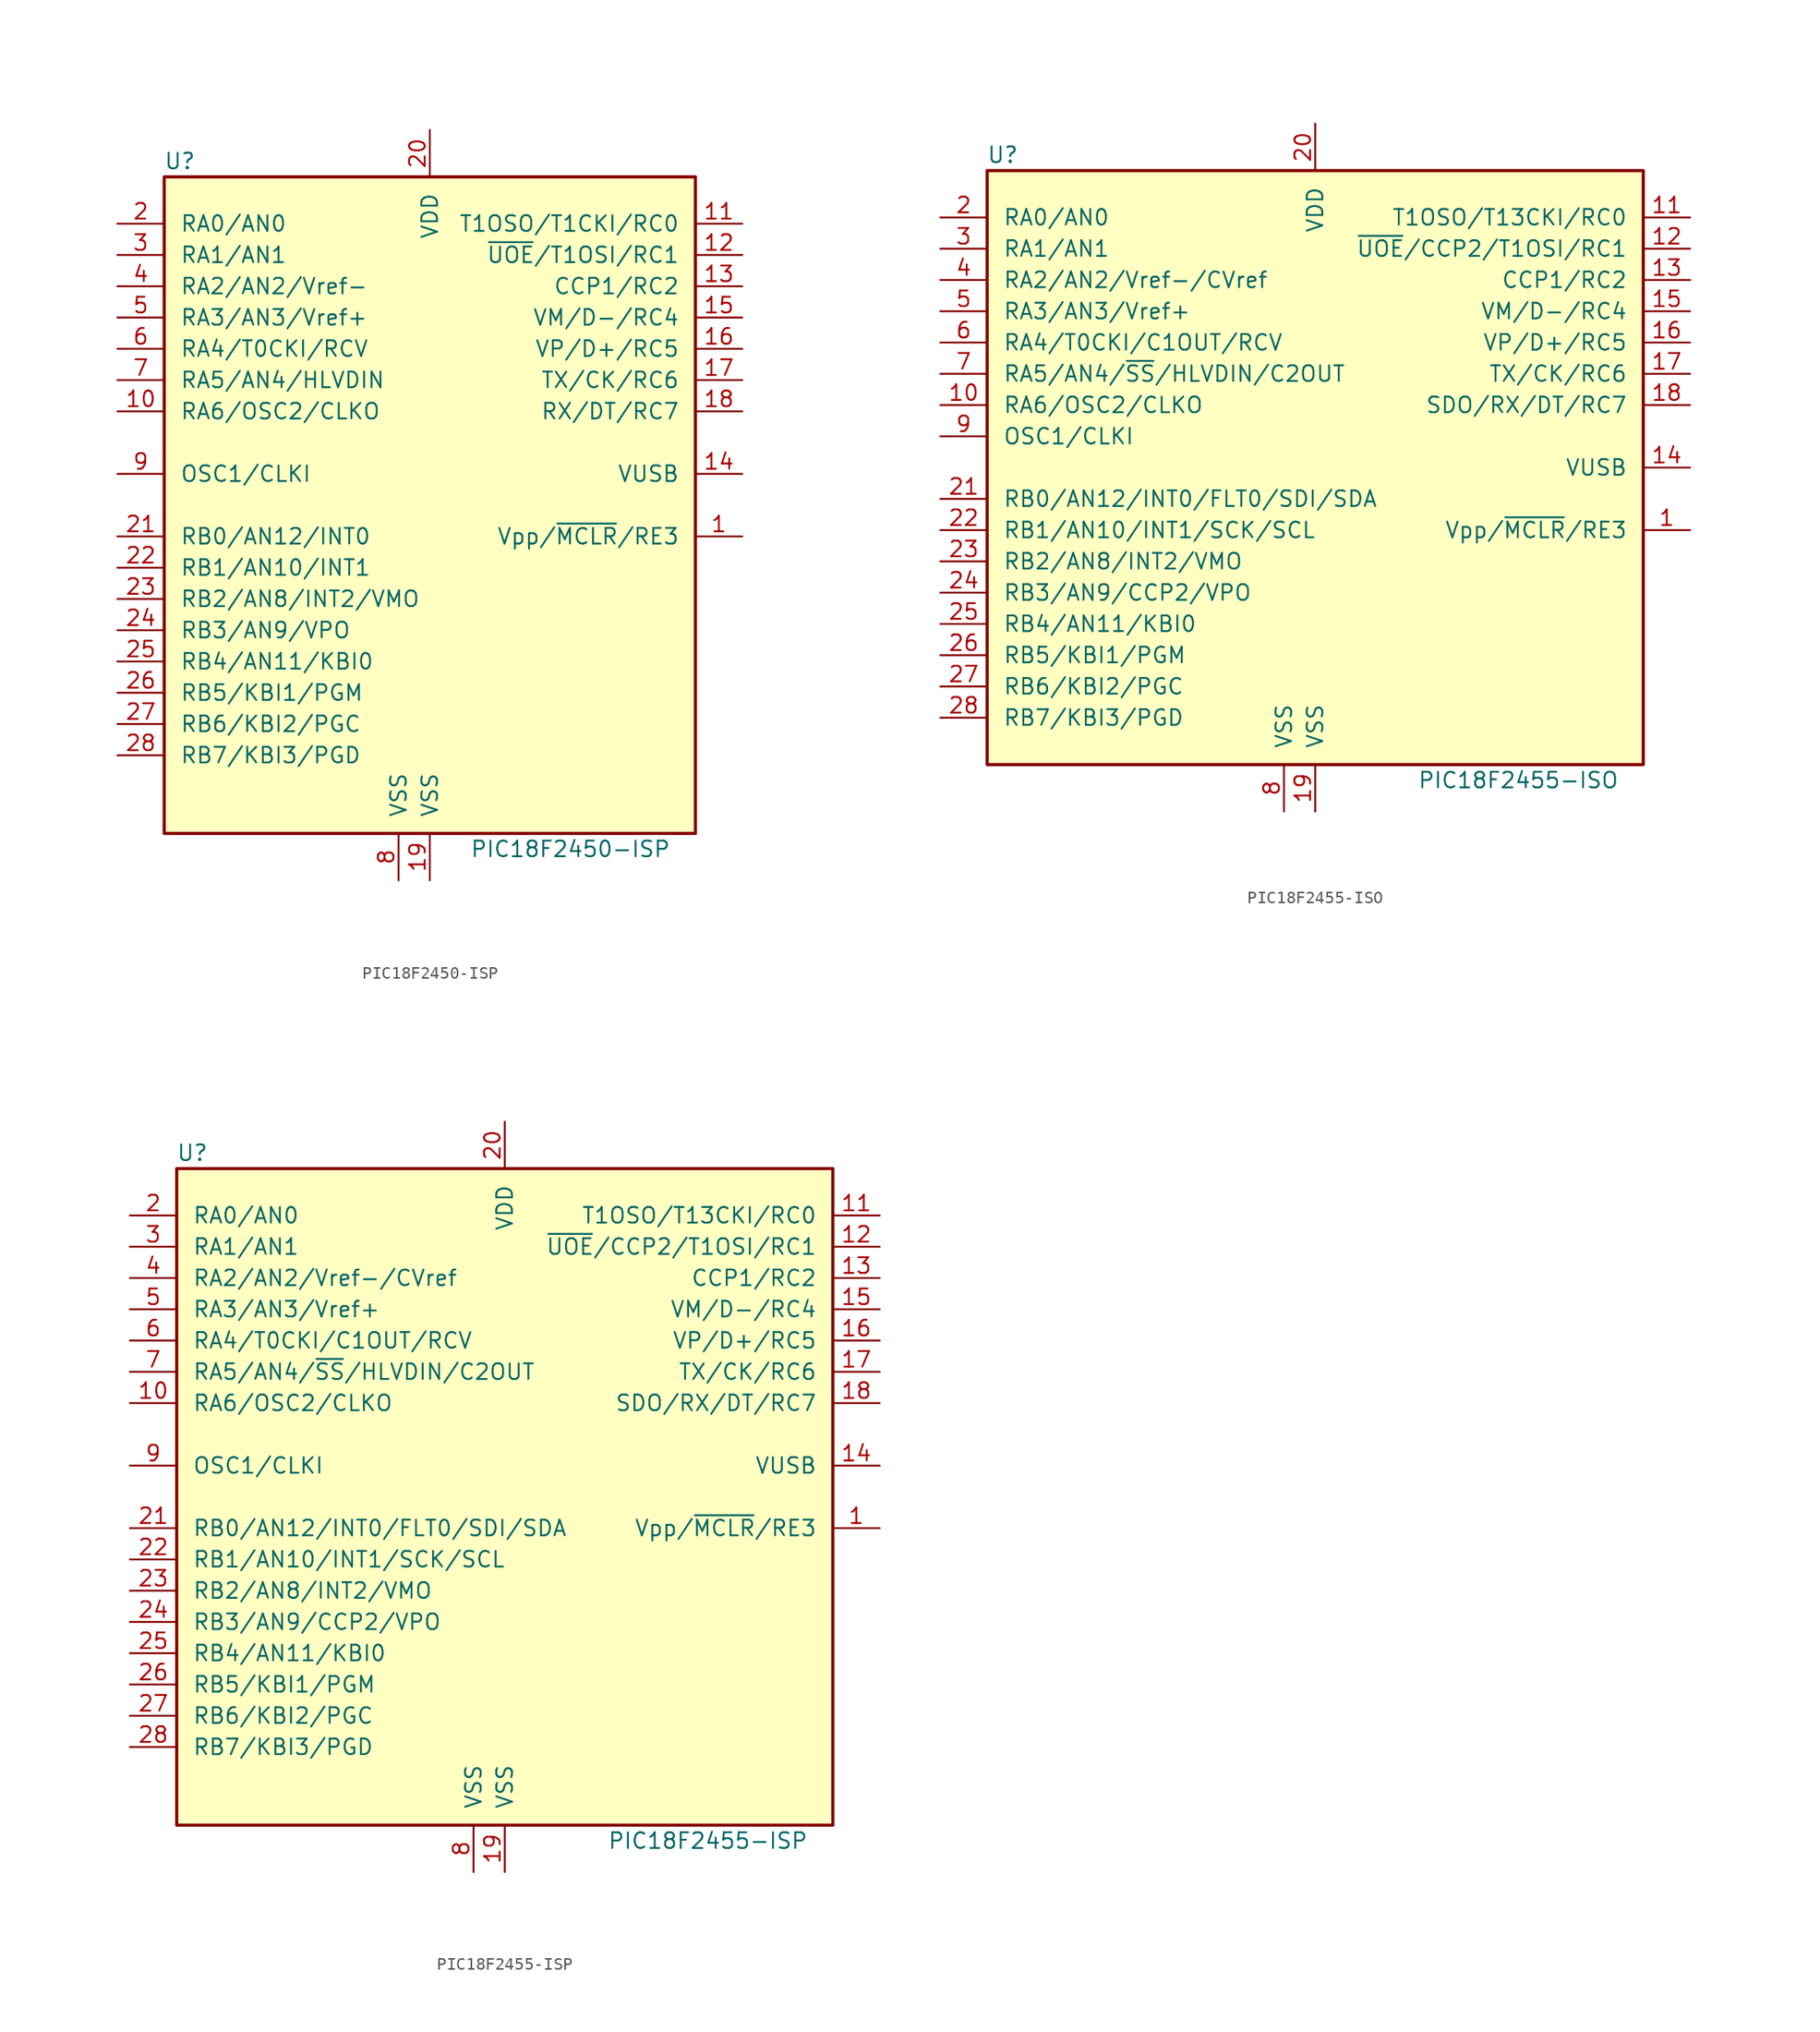
<source format=kicad_sym>
(kicad_symbol_lib
  (version 20241209)
  (generator "kicad_symbol_editor")
  (generator_version "9.0")
  (symbol "PIC18F2450-ISP"
    (pin_names
      (offset 1.27))
    (property "Reference" "U"
      (at -20.32 27.94 0)
      (effects (font (size 1.27 1.27))))
    (property "Value" "PIC18F2450-ISP"
      (at 11.43 -27.94 0)
      (effects (font (size 1.27 1.27))))
    (symbol "PIC18F2450-ISP_0_1"
      (rectangle (start -21.59 26.67) (end 21.59 -26.67) (stroke (width 0.254) (type default)) (fill (type background))))
    (symbol "PIC18F2450-ISP_1_1"
      (pin bidirectional line (at -25.4 22.86 0) (length 3.81) (name "RA0/AN0" (effects (font (size 1.27 1.27)))) (number "2" (effects (font (size 1.27 1.27)))))
      (pin bidirectional line (at -25.4 20.32 0) (length 3.81) (name "RA1/AN1" (effects (font (size 1.27 1.27)))) (number "3" (effects (font (size 1.27 1.27)))))
      (pin bidirectional line (at -25.4 17.78 0) (length 3.81) (name "RA2/AN2/Vref-" (effects (font (size 1.27 1.27)))) (number "4" (effects (font (size 1.27 1.27)))))
      (pin bidirectional line (at -25.4 15.24 0) (length 3.81) (name "RA3/AN3/Vref+" (effects (font (size 1.27 1.27)))) (number "5" (effects (font (size 1.27 1.27)))))
      (pin bidirectional line (at -25.4 12.7 0) (length 3.81) (name "RA4/T0CKI/RCV" (effects (font (size 1.27 1.27)))) (number "6" (effects (font (size 1.27 1.27)))))
      (pin bidirectional line (at -25.4 10.16 0) (length 3.81) (name "RA5/AN4/HLVDIN" (effects (font (size 1.27 1.27)))) (number "7" (effects (font (size 1.27 1.27)))))
      (pin output line (at -25.4 7.62 0) (length 3.81) (name "RA6/OSC2/CLKO" (effects (font (size 1.27 1.27)))) (number "10" (effects (font (size 1.27 1.27)))))
      (pin input line (at -25.4 2.54 0) (length 3.81) (name "OSC1/CLKI" (effects (font (size 1.27 1.27)))) (number "9" (effects (font (size 1.27 1.27)))))
      (pin bidirectional line (at -25.4 -2.54 0) (length 3.81) (name "RB0/AN12/INT0" (effects (font (size 1.27 1.27)))) (number "21" (effects (font (size 1.27 1.27)))))
      (pin bidirectional line (at -25.4 -5.08 0) (length 3.81) (name "RB1/AN10/INT1" (effects (font (size 1.27 1.27)))) (number "22" (effects (font (size 1.27 1.27)))))
      (pin bidirectional line (at -25.4 -7.62 0) (length 3.81) (name "RB2/AN8/INT2/VMO" (effects (font (size 1.27 1.27)))) (number "23" (effects (font (size 1.27 1.27)))))
      (pin bidirectional line (at -25.4 -10.16 0) (length 3.81) (name "RB3/AN9/VPO" (effects (font (size 1.27 1.27)))) (number "24" (effects (font (size 1.27 1.27)))))
      (pin bidirectional line (at -25.4 -12.7 0) (length 3.81) (name "RB4/AN11/KBI0" (effects (font (size 1.27 1.27)))) (number "25" (effects (font (size 1.27 1.27)))))
      (pin bidirectional line (at -25.4 -15.24 0) (length 3.81) (name "RB5/KBI1/PGM" (effects (font (size 1.27 1.27)))) (number "26" (effects (font (size 1.27 1.27)))))
      (pin bidirectional line (at -25.4 -17.78 0) (length 3.81) (name "RB6/KBI2/PGC" (effects (font (size 1.27 1.27)))) (number "27" (effects (font (size 1.27 1.27)))))
      (pin bidirectional line (at -25.4 -20.32 0) (length 3.81) (name "RB7/KBI3/PGD" (effects (font (size 1.27 1.27)))) (number "28" (effects (font (size 1.27 1.27)))))
      (pin power_in line (at -2.54 -30.48 90) (length 3.81) (name "VSS" (effects (font (size 1.27 1.27)))) (number "8" (effects (font (size 1.27 1.27)))))
      (pin power_in line (at 0 30.48 270) (length 3.81) (name "VDD" (effects (font (size 1.27 1.27)))) (number "20" (effects (font (size 1.27 1.27)))))
      (pin power_in line (at 0 -30.48 90) (length 3.81) (name "VSS" (effects (font (size 1.27 1.27)))) (number "19" (effects (font (size 1.27 1.27)))))
      (pin bidirectional line (at 25.4 22.86 180) (length 3.81) (name "T1OSO/T1CKI/RC0" (effects (font (size 1.27 1.27)))) (number "11" (effects (font (size 1.27 1.27)))))
      (pin bidirectional line (at 25.4 20.32 180) (length 3.81) (name "~{UOE}/T1OSI/RC1" (effects (font (size 1.27 1.27)))) (number "12" (effects (font (size 1.27 1.27)))))
      (pin bidirectional line (at 25.4 17.78 180) (length 3.81) (name "CCP1/RC2" (effects (font (size 1.27 1.27)))) (number "13" (effects (font (size 1.27 1.27)))))
      (pin bidirectional line (at 25.4 15.24 180) (length 3.81) (name "VM/D-/RC4" (effects (font (size 1.27 1.27)))) (number "15" (effects (font (size 1.27 1.27)))))
      (pin bidirectional line (at 25.4 12.7 180) (length 3.81) (name "VP/D+/RC5" (effects (font (size 1.27 1.27)))) (number "16" (effects (font (size 1.27 1.27)))))
      (pin bidirectional line (at 25.4 10.16 180) (length 3.81) (name "TX/CK/RC6" (effects (font (size 1.27 1.27)))) (number "17" (effects (font (size 1.27 1.27)))))
      (pin bidirectional line (at 25.4 7.62 180) (length 3.81) (name "RX/DT/RC7" (effects (font (size 1.27 1.27)))) (number "18" (effects (font (size 1.27 1.27)))))
      (pin bidirectional line (at 25.4 2.54 180) (length 3.81) (name "VUSB" (effects (font (size 1.27 1.27)))) (number "14" (effects (font (size 1.27 1.27)))))
      (pin input line (at 25.4 -2.54 180) (length 3.81) (name "Vpp/~{MCLR}/RE3" (effects (font (size 1.27 1.27)))) (number "1" (effects (font (size 1.27 1.27)))))))
  (symbol "PIC18F2455-ISO"
    (pin_names
      (offset 1.27))
    (property "Reference" "U"
      (at -25.4 25.4 0)
      (effects (font (size 1.27 1.27))))
    (property "Value" "PIC18F2455-ISO"
      (at 16.51 -25.4 0)
      (effects (font (size 1.27 1.27))))
    (symbol "PIC18F2455-ISO_0_1"
      (rectangle (start -26.67 24.13) (end 26.67 -24.13) (stroke (width 0.254) (type default)) (fill (type background))))
    (symbol "PIC18F2455-ISO_1_1"
      (pin bidirectional line (at -30.48 20.32 0) (length 3.81) (name "RA0/AN0" (effects (font (size 1.27 1.27)))) (number "2" (effects (font (size 1.27 1.27)))))
      (pin bidirectional line (at -30.48 17.78 0) (length 3.81) (name "RA1/AN1" (effects (font (size 1.27 1.27)))) (number "3" (effects (font (size 1.27 1.27)))))
      (pin bidirectional line (at -30.48 15.24 0) (length 3.81) (name "RA2/AN2/Vref-/CVref" (effects (font (size 1.27 1.27)))) (number "4" (effects (font (size 1.27 1.27)))))
      (pin bidirectional line (at -30.48 12.7 0) (length 3.81) (name "RA3/AN3/Vref+" (effects (font (size 1.27 1.27)))) (number "5" (effects (font (size 1.27 1.27)))))
      (pin bidirectional line (at -30.48 10.16 0) (length 3.81) (name "RA4/T0CKI/C1OUT/RCV" (effects (font (size 1.27 1.27)))) (number "6" (effects (font (size 1.27 1.27)))))
      (pin bidirectional line (at -30.48 7.62 0) (length 3.81) (name "RA5/AN4/~{SS}/HLVDIN/C2OUT" (effects (font (size 1.27 1.27)))) (number "7" (effects (font (size 1.27 1.27)))))
      (pin output line (at -30.48 5.08 0) (length 3.81) (name "RA6/OSC2/CLKO" (effects (font (size 1.27 1.27)))) (number "10" (effects (font (size 1.27 1.27)))))
      (pin input line (at -30.48 2.54 0) (length 3.81) (name "OSC1/CLKI" (effects (font (size 1.27 1.27)))) (number "9" (effects (font (size 1.27 1.27)))))
      (pin bidirectional line (at -30.48 -2.54 0) (length 3.81) (name "RB0/AN12/INT0/FLT0/SDI/SDA" (effects (font (size 1.27 1.27)))) (number "21" (effects (font (size 1.27 1.27)))))
      (pin bidirectional line (at -30.48 -5.08 0) (length 3.81) (name "RB1/AN10/INT1/SCK/SCL" (effects (font (size 1.27 1.27)))) (number "22" (effects (font (size 1.27 1.27)))))
      (pin bidirectional line (at -30.48 -7.62 0) (length 3.81) (name "RB2/AN8/INT2/VMO" (effects (font (size 1.27 1.27)))) (number "23" (effects (font (size 1.27 1.27)))))
      (pin bidirectional line (at -30.48 -10.16 0) (length 3.81) (name "RB3/AN9/CCP2/VPO" (effects (font (size 1.27 1.27)))) (number "24" (effects (font (size 1.27 1.27)))))
      (pin bidirectional line (at -30.48 -12.7 0) (length 3.81) (name "RB4/AN11/KBI0" (effects (font (size 1.27 1.27)))) (number "25" (effects (font (size 1.27 1.27)))))
      (pin bidirectional line (at -30.48 -15.24 0) (length 3.81) (name "RB5/KBI1/PGM" (effects (font (size 1.27 1.27)))) (number "26" (effects (font (size 1.27 1.27)))))
      (pin bidirectional line (at -30.48 -17.78 0) (length 3.81) (name "RB6/KBI2/PGC" (effects (font (size 1.27 1.27)))) (number "27" (effects (font (size 1.27 1.27)))))
      (pin bidirectional line (at -30.48 -20.32 0) (length 3.81) (name "RB7/KBI3/PGD" (effects (font (size 1.27 1.27)))) (number "28" (effects (font (size 1.27 1.27)))))
      (pin power_in line (at -2.54 -27.94 90) (length 3.81) (name "VSS" (effects (font (size 1.27 1.27)))) (number "8" (effects (font (size 1.27 1.27)))))
      (pin power_in line (at 0 27.94 270) (length 3.81) (name "VDD" (effects (font (size 1.27 1.27)))) (number "20" (effects (font (size 1.27 1.27)))))
      (pin power_in line (at 0 -27.94 90) (length 3.81) (name "VSS" (effects (font (size 1.27 1.27)))) (number "19" (effects (font (size 1.27 1.27)))))
      (pin bidirectional line (at 30.48 20.32 180) (length 3.81) (name "T1OSO/T13CKI/RC0" (effects (font (size 1.27 1.27)))) (number "11" (effects (font (size 1.27 1.27)))))
      (pin bidirectional line (at 30.48 17.78 180) (length 3.81) (name "~{UOE}/CCP2/T1OSI/RC1" (effects (font (size 1.27 1.27)))) (number "12" (effects (font (size 1.27 1.27)))))
      (pin bidirectional line (at 30.48 15.24 180) (length 3.81) (name "CCP1/RC2" (effects (font (size 1.27 1.27)))) (number "13" (effects (font (size 1.27 1.27)))))
      (pin bidirectional line (at 30.48 12.7 180) (length 3.81) (name "VM/D-/RC4" (effects (font (size 1.27 1.27)))) (number "15" (effects (font (size 1.27 1.27)))))
      (pin bidirectional line (at 30.48 10.16 180) (length 3.81) (name "VP/D+/RC5" (effects (font (size 1.27 1.27)))) (number "16" (effects (font (size 1.27 1.27)))))
      (pin bidirectional line (at 30.48 7.62 180) (length 3.81) (name "TX/CK/RC6" (effects (font (size 1.27 1.27)))) (number "17" (effects (font (size 1.27 1.27)))))
      (pin bidirectional line (at 30.48 5.08 180) (length 3.81) (name "SDO/RX/DT/RC7" (effects (font (size 1.27 1.27)))) (number "18" (effects (font (size 1.27 1.27)))))
      (pin bidirectional line (at 30.48 0 180) (length 3.81) (name "VUSB" (effects (font (size 1.27 1.27)))) (number "14" (effects (font (size 1.27 1.27)))))
      (pin input line (at 30.48 -5.08 180) (length 3.81) (name "Vpp/~{MCLR}/RE3" (effects (font (size 1.27 1.27)))) (number "1" (effects (font (size 1.27 1.27)))))))
  (symbol "PIC18F2455-ISP"
    (pin_names
      (offset 1.27))
    (property "Reference" "U"
      (at -25.4 27.94 0)
      (effects (font (size 1.27 1.27))))
    (property "Value" "PIC18F2455-ISP"
      (at 16.51 -27.94 0)
      (effects (font (size 1.27 1.27))))
    (symbol "PIC18F2455-ISP_0_1"
      (rectangle (start -26.67 26.67) (end 26.67 -26.67) (stroke (width 0.254) (type default)) (fill (type background))))
    (symbol "PIC18F2455-ISP_1_1"
      (pin bidirectional line (at -30.48 22.86 0) (length 3.81) (name "RA0/AN0" (effects (font (size 1.27 1.27)))) (number "2" (effects (font (size 1.27 1.27)))))
      (pin bidirectional line (at -30.48 20.32 0) (length 3.81) (name "RA1/AN1" (effects (font (size 1.27 1.27)))) (number "3" (effects (font (size 1.27 1.27)))))
      (pin bidirectional line (at -30.48 17.78 0) (length 3.81) (name "RA2/AN2/Vref-/CVref" (effects (font (size 1.27 1.27)))) (number "4" (effects (font (size 1.27 1.27)))))
      (pin bidirectional line (at -30.48 15.24 0) (length 3.81) (name "RA3/AN3/Vref+" (effects (font (size 1.27 1.27)))) (number "5" (effects (font (size 1.27 1.27)))))
      (pin bidirectional line (at -30.48 12.7 0) (length 3.81) (name "RA4/T0CKI/C1OUT/RCV" (effects (font (size 1.27 1.27)))) (number "6" (effects (font (size 1.27 1.27)))))
      (pin bidirectional line (at -30.48 10.16 0) (length 3.81) (name "RA5/AN4/~{SS}/HLVDIN/C2OUT" (effects (font (size 1.27 1.27)))) (number "7" (effects (font (size 1.27 1.27)))))
      (pin output line (at -30.48 7.62 0) (length 3.81) (name "RA6/OSC2/CLKO" (effects (font (size 1.27 1.27)))) (number "10" (effects (font (size 1.27 1.27)))))
      (pin input line (at -30.48 2.54 0) (length 3.81) (name "OSC1/CLKI" (effects (font (size 1.27 1.27)))) (number "9" (effects (font (size 1.27 1.27)))))
      (pin bidirectional line (at -30.48 -2.54 0) (length 3.81) (name "RB0/AN12/INT0/FLT0/SDI/SDA" (effects (font (size 1.27 1.27)))) (number "21" (effects (font (size 1.27 1.27)))))
      (pin bidirectional line (at -30.48 -5.08 0) (length 3.81) (name "RB1/AN10/INT1/SCK/SCL" (effects (font (size 1.27 1.27)))) (number "22" (effects (font (size 1.27 1.27)))))
      (pin bidirectional line (at -30.48 -7.62 0) (length 3.81) (name "RB2/AN8/INT2/VMO" (effects (font (size 1.27 1.27)))) (number "23" (effects (font (size 1.27 1.27)))))
      (pin bidirectional line (at -30.48 -10.16 0) (length 3.81) (name "RB3/AN9/CCP2/VPO" (effects (font (size 1.27 1.27)))) (number "24" (effects (font (size 1.27 1.27)))))
      (pin bidirectional line (at -30.48 -12.7 0) (length 3.81) (name "RB4/AN11/KBI0" (effects (font (size 1.27 1.27)))) (number "25" (effects (font (size 1.27 1.27)))))
      (pin bidirectional line (at -30.48 -15.24 0) (length 3.81) (name "RB5/KBI1/PGM" (effects (font (size 1.27 1.27)))) (number "26" (effects (font (size 1.27 1.27)))))
      (pin bidirectional line (at -30.48 -17.78 0) (length 3.81) (name "RB6/KBI2/PGC" (effects (font (size 1.27 1.27)))) (number "27" (effects (font (size 1.27 1.27)))))
      (pin bidirectional line (at -30.48 -20.32 0) (length 3.81) (name "RB7/KBI3/PGD" (effects (font (size 1.27 1.27)))) (number "28" (effects (font (size 1.27 1.27)))))
      (pin power_in line (at -2.54 -30.48 90) (length 3.81) (name "VSS" (effects (font (size 1.27 1.27)))) (number "8" (effects (font (size 1.27 1.27)))))
      (pin power_in line (at 0 30.48 270) (length 3.81) (name "VDD" (effects (font (size 1.27 1.27)))) (number "20" (effects (font (size 1.27 1.27)))))
      (pin power_in line (at 0 -30.48 90) (length 3.81) (name "VSS" (effects (font (size 1.27 1.27)))) (number "19" (effects (font (size 1.27 1.27)))))
      (pin bidirectional line (at 30.48 22.86 180) (length 3.81) (name "T1OSO/T13CKI/RC0" (effects (font (size 1.27 1.27)))) (number "11" (effects (font (size 1.27 1.27)))))
      (pin bidirectional line (at 30.48 20.32 180) (length 3.81) (name "~{UOE}/CCP2/T1OSI/RC1" (effects (font (size 1.27 1.27)))) (number "12" (effects (font (size 1.27 1.27)))))
      (pin bidirectional line (at 30.48 17.78 180) (length 3.81) (name "CCP1/RC2" (effects (font (size 1.27 1.27)))) (number "13" (effects (font (size 1.27 1.27)))))
      (pin bidirectional line (at 30.48 15.24 180) (length 3.81) (name "VM/D-/RC4" (effects (font (size 1.27 1.27)))) (number "15" (effects (font (size 1.27 1.27)))))
      (pin bidirectional line (at 30.48 12.7 180) (length 3.81) (name "VP/D+/RC5" (effects (font (size 1.27 1.27)))) (number "16" (effects (font (size 1.27 1.27)))))
      (pin bidirectional line (at 30.48 10.16 180) (length 3.81) (name "TX/CK/RC6" (effects (font (size 1.27 1.27)))) (number "17" (effects (font (size 1.27 1.27)))))
      (pin bidirectional line (at 30.48 7.62 180) (length 3.81) (name "SDO/RX/DT/RC7" (effects (font (size 1.27 1.27)))) (number "18" (effects (font (size 1.27 1.27)))))
      (pin bidirectional line (at 30.48 2.54 180) (length 3.81) (name "VUSB" (effects (font (size 1.27 1.27)))) (number "14" (effects (font (size 1.27 1.27)))))
      (pin input line (at 30.48 -2.54 180) (length 3.81) (name "Vpp/~{MCLR}/RE3" (effects (font (size 1.27 1.27)))) (number "1" (effects (font (size 1.27 1.27))))))))
</source>
